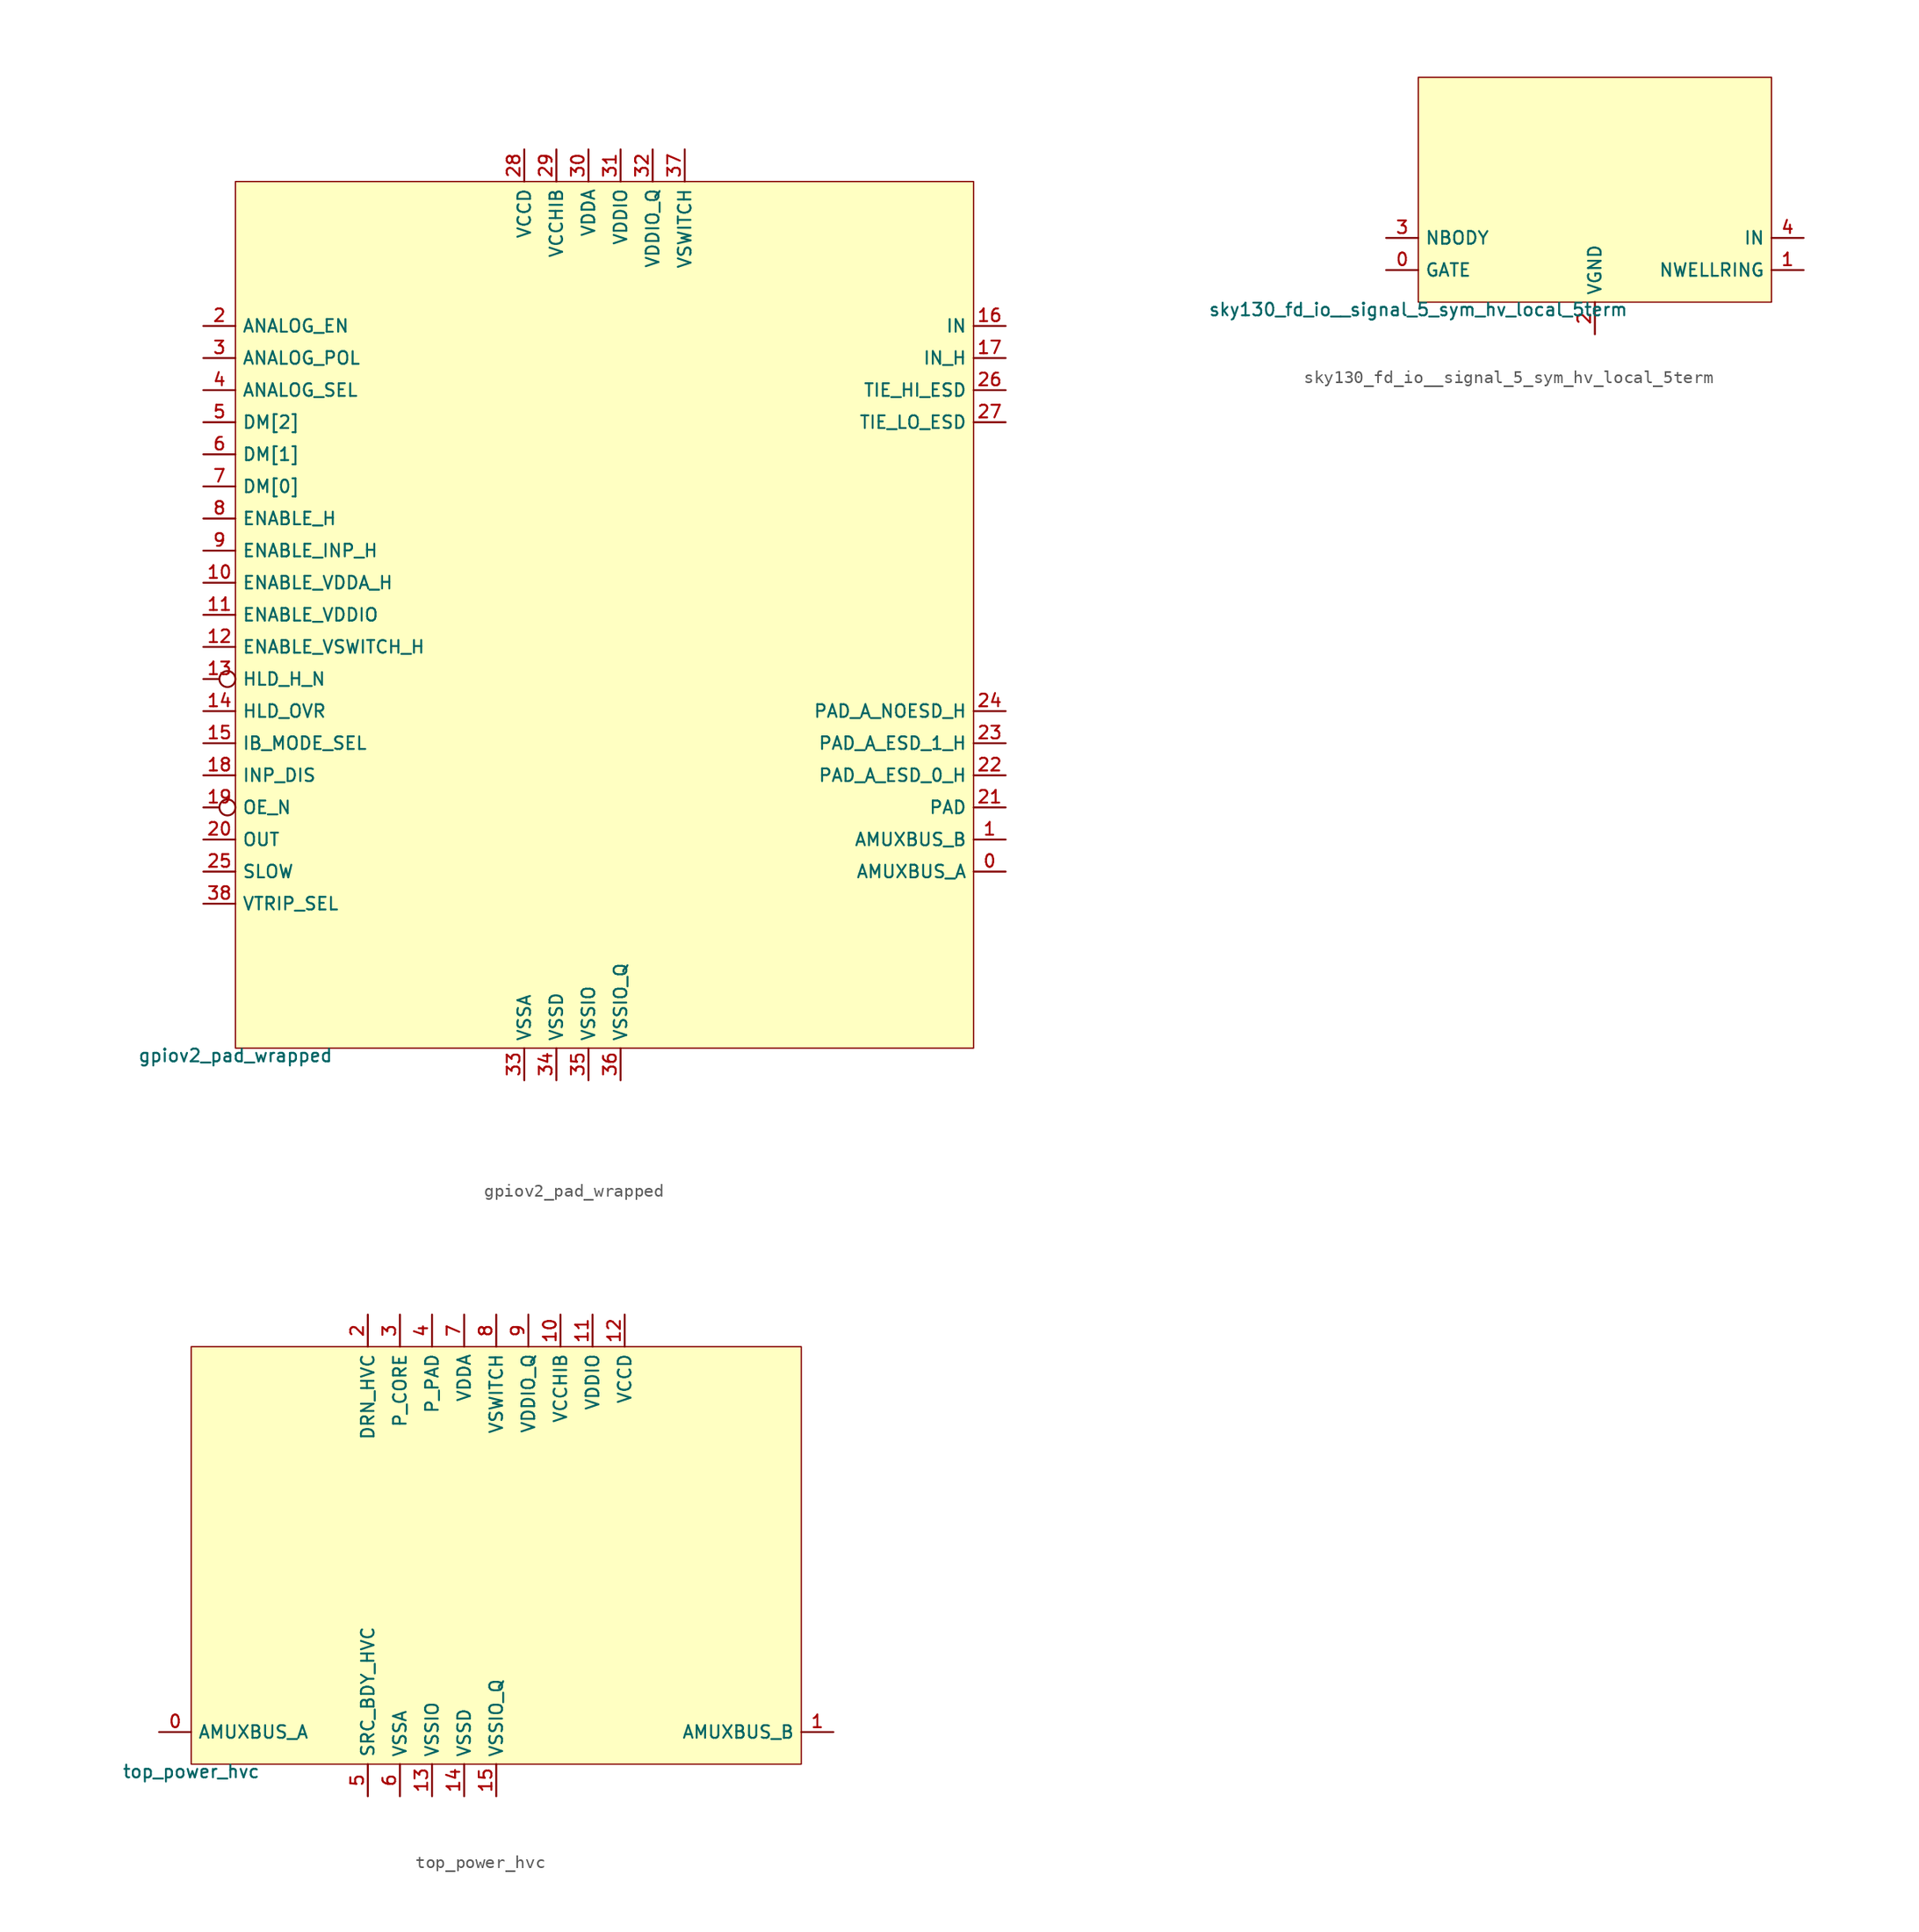
<source format=kicad_sym>
(kicad_symbol_lib
  (version 20211014)
  (generator pdk2kicad)
  (symbol "gpiov2_pad_wrapped"
    (property "Reference" "X"
      (at 0 0 0)
      (effects (font (size 1 1)) hide))
    (property "Value" "gpiov2_pad_wrapped"
      (at -29.21 -34.29 0)
      (effects (font (size 1 1)) (justify top)))
    (rectangle
      (start -29.21 -34.29)
      (end 29.21 34.29)
      (stroke (width 0.1) (type solid) (color 0 0 0 0))
      (fill (type background)))
    (pin bidirectional line
      (at 31.75 -20.32 180)
      (length 2.54)
      (name "AMUXBUS_A" (effects (font (size 1 1)) hide))
      (number "0" (effects (font (size 1 1)) hide)))
    (pin bidirectional line
      (at 31.75 -17.78 180)
      (length 2.54)
      (name "AMUXBUS_B" (effects (font (size 1 1)) hide))
      (number "1" (effects (font (size 1 1)) hide)))
    (pin input line
      (at -31.75 22.86 0)
      (length 2.54)
      (name "ANALOG_EN" (effects (font (size 1 1)) hide))
      (number "2" (effects (font (size 1 1)) hide)))
    (pin input line
      (at -31.75 20.32 0)
      (length 2.54)
      (name "ANALOG_POL" (effects (font (size 1 1)) hide))
      (number "3" (effects (font (size 1 1)) hide)))
    (pin input line
      (at -31.75 17.78 0)
      (length 2.54)
      (name "ANALOG_SEL" (effects (font (size 1 1)) hide))
      (number "4" (effects (font (size 1 1)) hide)))
    (pin input line
      (at -31.75 15.24 0)
      (length 2.54)
      (name "DM[2]" (effects (font (size 1 1)) hide))
      (number "5" (effects (font (size 1 1)) hide)))
    (pin input line
      (at -31.75 12.7 0)
      (length 2.54)
      (name "DM[1]" (effects (font (size 1 1)) hide))
      (number "6" (effects (font (size 1 1)) hide)))
    (pin input line
      (at -31.75 10.16 0)
      (length 2.54)
      (name "DM[0]" (effects (font (size 1 1)) hide))
      (number "7" (effects (font (size 1 1)) hide)))
    (pin input line
      (at -31.75 7.62 0)
      (length 2.54)
      (name "ENABLE_H" (effects (font (size 1 1)) hide))
      (number "8" (effects (font (size 1 1)) hide)))
    (pin input line
      (at -31.75 5.08 0)
      (length 2.54)
      (name "ENABLE_INP_H" (effects (font (size 1 1)) hide))
      (number "9" (effects (font (size 1 1)) hide)))
    (pin input line
      (at -31.75 2.54 0)
      (length 2.54)
      (name "ENABLE_VDDA_H" (effects (font (size 1 1)) hide))
      (number "10" (effects (font (size 1 1)) hide)))
    (pin input line
      (at -31.75 0.0 0)
      (length 2.54)
      (name "ENABLE_VDDIO" (effects (font (size 1 1)) hide))
      (number "11" (effects (font (size 1 1)) hide)))
    (pin input line
      (at -31.75 -2.54 0)
      (length 2.54)
      (name "ENABLE_VSWITCH_H" (effects (font (size 1 1)) hide))
      (number "12" (effects (font (size 1 1)) hide)))
    (pin input inverted
      (at -31.75 -5.08 0)
      (length 2.54)
      (name "HLD_H_N" (effects (font (size 1 1)) hide))
      (number "13" (effects (font (size 1 1)) hide)))
    (pin input line
      (at -31.75 -7.62 0)
      (length 2.54)
      (name "HLD_OVR" (effects (font (size 1 1)) hide))
      (number "14" (effects (font (size 1 1)) hide)))
    (pin input line
      (at -31.75 -10.16 0)
      (length 2.54)
      (name "IB_MODE_SEL" (effects (font (size 1 1)) hide))
      (number "15" (effects (font (size 1 1)) hide)))
    (pin output line
      (at 31.75 22.86 180)
      (length 2.54)
      (name "IN" (effects (font (size 1 1)) hide))
      (number "16" (effects (font (size 1 1)) hide)))
    (pin output line
      (at 31.75 20.32 180)
      (length 2.54)
      (name "IN_H" (effects (font (size 1 1)) hide))
      (number "17" (effects (font (size 1 1)) hide)))
    (pin input line
      (at -31.75 -12.7 0)
      (length 2.54)
      (name "INP_DIS" (effects (font (size 1 1)) hide))
      (number "18" (effects (font (size 1 1)) hide)))
    (pin input inverted
      (at -31.75 -15.24 0)
      (length 2.54)
      (name "OE_N" (effects (font (size 1 1)) hide))
      (number "19" (effects (font (size 1 1)) hide)))
    (pin input line
      (at -31.75 -17.78 0)
      (length 2.54)
      (name "OUT" (effects (font (size 1 1)) hide))
      (number "20" (effects (font (size 1 1)) hide)))
    (pin bidirectional line
      (at 31.75 -15.24 180)
      (length 2.54)
      (name "PAD" (effects (font (size 1 1)) hide))
      (number "21" (effects (font (size 1 1)) hide)))
    (pin bidirectional line
      (at 31.75 -12.7 180)
      (length 2.54)
      (name "PAD_A_ESD_0_H" (effects (font (size 1 1)) hide))
      (number "22" (effects (font (size 1 1)) hide)))
    (pin bidirectional line
      (at 31.75 -10.16 180)
      (length 2.54)
      (name "PAD_A_ESD_1_H" (effects (font (size 1 1)) hide))
      (number "23" (effects (font (size 1 1)) hide)))
    (pin bidirectional line
      (at 31.75 -7.62 180)
      (length 2.54)
      (name "PAD_A_NOESD_H" (effects (font (size 1 1)) hide))
      (number "24" (effects (font (size 1 1)) hide)))
    (pin input line
      (at -31.75 -20.32 0)
      (length 2.54)
      (name "SLOW" (effects (font (size 1 1)) hide))
      (number "25" (effects (font (size 1 1)) hide)))
    (pin output line
      (at 31.75 17.78 180)
      (length 2.54)
      (name "TIE_HI_ESD" (effects (font (size 1 1)) hide))
      (number "26" (effects (font (size 1 1)) hide)))
    (pin output line
      (at 31.75 15.24 180)
      (length 2.54)
      (name "TIE_LO_ESD" (effects (font (size 1 1)) hide))
      (number "27" (effects (font (size 1 1)) hide)))
    (pin power_in line
      (at -6.35 36.83 270)
      (length 2.54)
      (name "VCCD" (effects (font (size 1 1)) hide))
      (number "28" (effects (font (size 1 1)) hide)))
    (pin power_in line
      (at -3.81 36.83 270)
      (length 2.54)
      (name "VCCHIB" (effects (font (size 1 1)) hide))
      (number "29" (effects (font (size 1 1)) hide)))
    (pin power_in line
      (at -1.27 36.83 270)
      (length 2.54)
      (name "VDDA" (effects (font (size 1 1)) hide))
      (number "30" (effects (font (size 1 1)) hide)))
    (pin power_in line
      (at 1.27 36.83 270)
      (length 2.54)
      (name "VDDIO" (effects (font (size 1 1)) hide))
      (number "31" (effects (font (size 1 1)) hide)))
    (pin power_in line
      (at 3.81 36.83 270)
      (length 2.54)
      (name "VDDIO_Q" (effects (font (size 1 1)) hide))
      (number "32" (effects (font (size 1 1)) hide)))
    (pin power_in line
      (at -6.35 -36.83 90)
      (length 2.54)
      (name "VSSA" (effects (font (size 1 1)) hide))
      (number "33" (effects (font (size 1 1)) hide)))
    (pin power_in line
      (at -3.81 -36.83 90)
      (length 2.54)
      (name "VSSD" (effects (font (size 1 1)) hide))
      (number "34" (effects (font (size 1 1)) hide)))
    (pin power_in line
      (at -1.27 -36.83 90)
      (length 2.54)
      (name "VSSIO" (effects (font (size 1 1)) hide))
      (number "35" (effects (font (size 1 1)) hide)))
    (pin power_in line
      (at 1.27 -36.83 90)
      (length 2.54)
      (name "VSSIO_Q" (effects (font (size 1 1)) hide))
      (number "36" (effects (font (size 1 1)) hide)))
    (pin power_in line
      (at 6.35 36.83 270)
      (length 2.54)
      (name "VSWITCH" (effects (font (size 1 1)) hide))
      (number "37" (effects (font (size 1 1)) hide)))
    (pin input line
      (at -31.75 -22.86 0)
      (length 2.54)
      (name "VTRIP_SEL" (effects (font (size 1 1)) hide))
      (number "38" (effects (font (size 1 1)) hide))))
  (symbol "sky130_fd_io__signal_5_sym_hv_local_5term"
    (property "Reference" "X"
      (at 0 0 0)
      (effects (font (size 1 1)) hide))
    (property "Value" "sky130_fd_io__signal_5_sym_hv_local_5term"
      (at -13.97 -8.89 0)
      (effects (font (size 1 1)) (justify top)))
    (rectangle
      (start -13.97 -8.89)
      (end 13.97 8.89)
      (stroke (width 0.1) (type solid) (color 0 0 0 0))
      (fill (type background)))
    (pin bidirectional line
      (at -16.51 -6.35 0)
      (length 2.54)
      (name "GATE" (effects (font (size 1 1)) hide))
      (number "0" (effects (font (size 1 1)) hide)))
    (pin bidirectional line
      (at 16.51 -6.35 180)
      (length 2.54)
      (name "NWELLRING" (effects (font (size 1 1)) hide))
      (number "1" (effects (font (size 1 1)) hide)))
    (pin power_in line
      (at 0.0 -11.43 90)
      (length 2.54)
      (name "VGND" (effects (font (size 1 1)) hide))
      (number "2" (effects (font (size 1 1)) hide)))
    (pin bidirectional line
      (at -16.51 -3.81 0)
      (length 2.54)
      (name "NBODY" (effects (font (size 1 1)) hide))
      (number "3" (effects (font (size 1 1)) hide)))
    (pin bidirectional line
      (at 16.51 -3.81 180)
      (length 2.54)
      (name "IN" (effects (font (size 1 1)) hide))
      (number "4" (effects (font (size 1 1)) hide))))
  (symbol "top_power_hvc"
    (property "Reference" "X"
      (at 0 0 0)
      (effects (font (size 1 1)) hide))
    (property "Value" "top_power_hvc"
      (at -24.13 -16.51 0)
      (effects (font (size 1 1)) (justify top)))
    (rectangle
      (start -24.13 -16.51)
      (end 24.13 16.51)
      (stroke (width 0.1) (type solid) (color 0 0 0 0))
      (fill (type background)))
    (pin bidirectional line
      (at -26.67 -13.97 0)
      (length 2.54)
      (name "AMUXBUS_A" (effects (font (size 1 1)) hide))
      (number "0" (effects (font (size 1 1)) hide)))
    (pin bidirectional line
      (at 26.67 -13.97 180)
      (length 2.54)
      (name "AMUXBUS_B" (effects (font (size 1 1)) hide))
      (number "1" (effects (font (size 1 1)) hide)))
    (pin power_in line
      (at -10.16 19.05 270)
      (length 2.54)
      (name "DRN_HVC" (effects (font (size 1 1)) hide))
      (number "2" (effects (font (size 1 1)) hide)))
    (pin power_in line
      (at -7.62 19.05 270)
      (length 2.54)
      (name "P_CORE" (effects (font (size 1 1)) hide))
      (number "3" (effects (font (size 1 1)) hide)))
    (pin power_in line
      (at -5.08 19.05 270)
      (length 2.54)
      (name "P_PAD" (effects (font (size 1 1)) hide))
      (number "4" (effects (font (size 1 1)) hide)))
    (pin power_in line
      (at -10.16 -19.05 90)
      (length 2.54)
      (name "SRC_BDY_HVC" (effects (font (size 1 1)) hide))
      (number "5" (effects (font (size 1 1)) hide)))
    (pin power_in line
      (at -7.62 -19.05 90)
      (length 2.54)
      (name "VSSA" (effects (font (size 1 1)) hide))
      (number "6" (effects (font (size 1 1)) hide)))
    (pin power_in line
      (at -2.54 19.05 270)
      (length 2.54)
      (name "VDDA" (effects (font (size 1 1)) hide))
      (number "7" (effects (font (size 1 1)) hide)))
    (pin power_in line
      (at 0.0 19.05 270)
      (length 2.54)
      (name "VSWITCH" (effects (font (size 1 1)) hide))
      (number "8" (effects (font (size 1 1)) hide)))
    (pin power_in line
      (at 2.54 19.05 270)
      (length 2.54)
      (name "VDDIO_Q" (effects (font (size 1 1)) hide))
      (number "9" (effects (font (size 1 1)) hide)))
    (pin power_in line
      (at 5.08 19.05 270)
      (length 2.54)
      (name "VCCHIB" (effects (font (size 1 1)) hide))
      (number "10" (effects (font (size 1 1)) hide)))
    (pin power_in line
      (at 7.62 19.05 270)
      (length 2.54)
      (name "VDDIO" (effects (font (size 1 1)) hide))
      (number "11" (effects (font (size 1 1)) hide)))
    (pin power_in line
      (at 10.16 19.05 270)
      (length 2.54)
      (name "VCCD" (effects (font (size 1 1)) hide))
      (number "12" (effects (font (size 1 1)) hide)))
    (pin power_in line
      (at -5.08 -19.05 90)
      (length 2.54)
      (name "VSSIO" (effects (font (size 1 1)) hide))
      (number "13" (effects (font (size 1 1)) hide)))
    (pin power_in line
      (at -2.54 -19.05 90)
      (length 2.54)
      (name "VSSD" (effects (font (size 1 1)) hide))
      (number "14" (effects (font (size 1 1)) hide)))
    (pin power_in line
      (at 0.0 -19.05 90)
      (length 2.54)
      (name "VSSIO_Q" (effects (font (size 1 1)) hide))
      (number "15" (effects (font (size 1 1)) hide)))))
</source>
